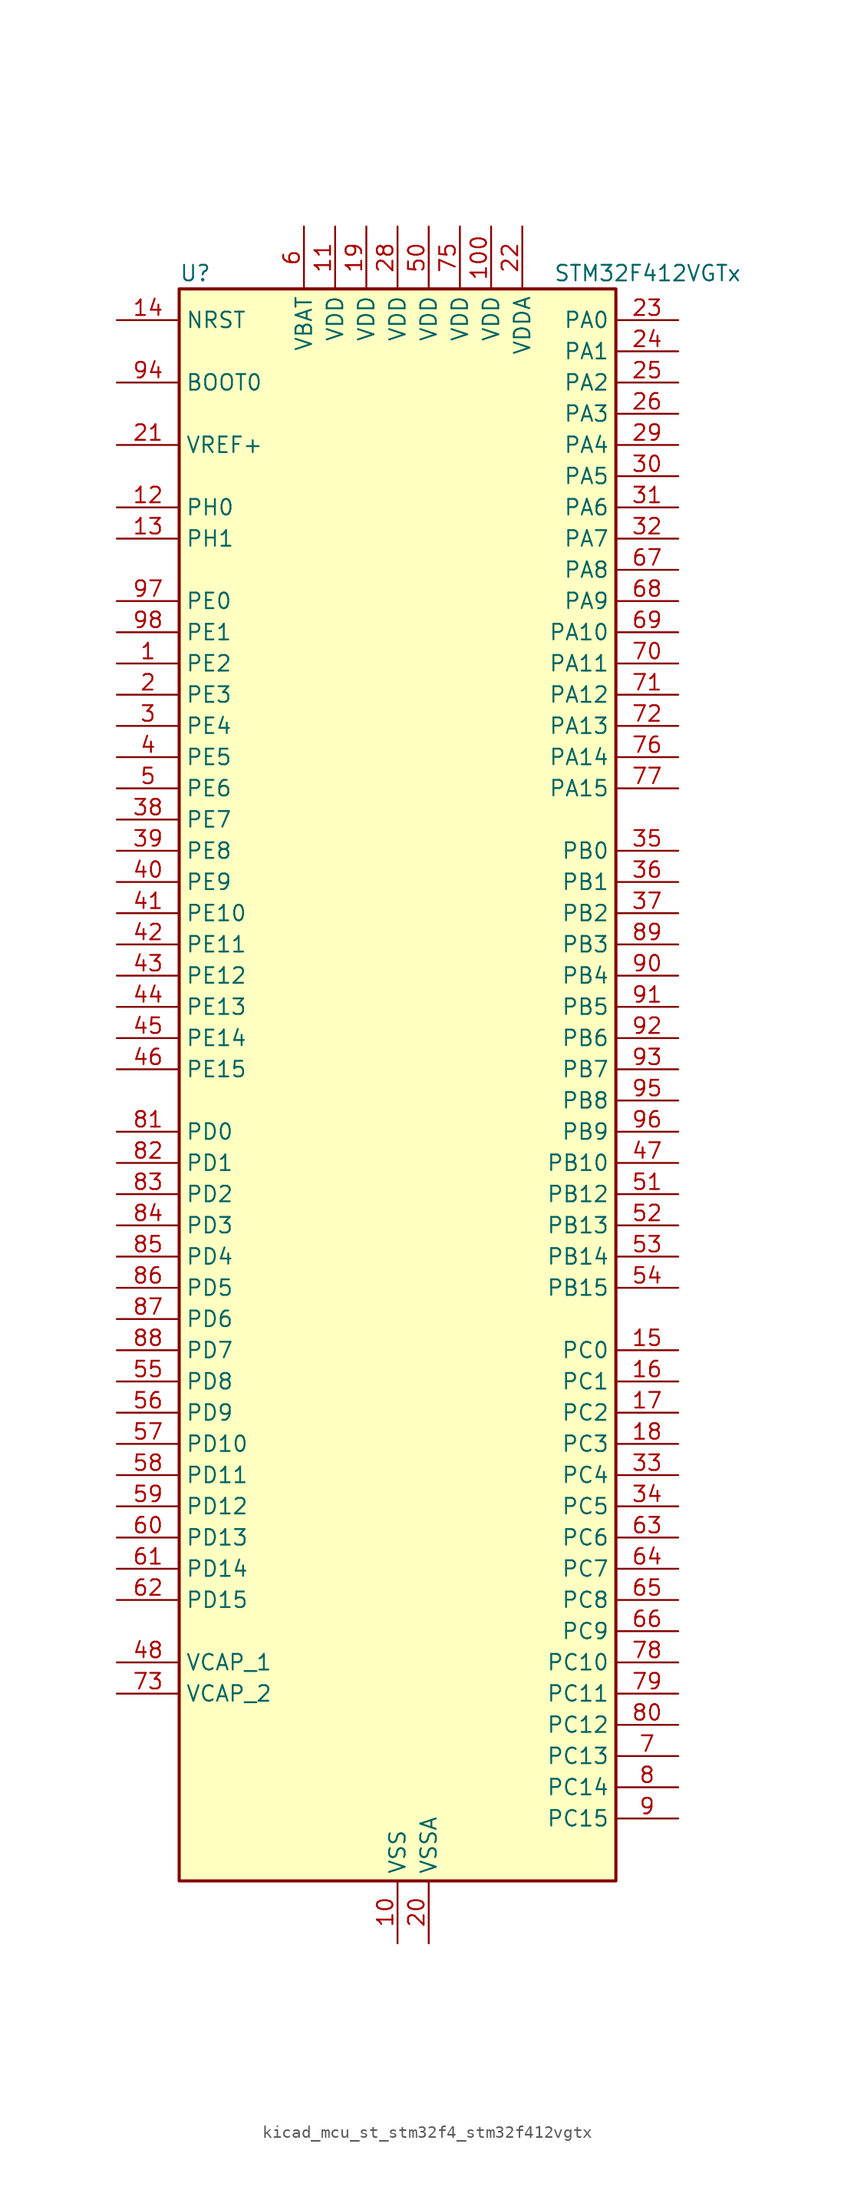
<source format=kicad_sym>
(kicad_symbol_lib
  (version 20220914)
  (generator kicad_symbol_editor)
  (symbol "kicad_mcu_st_stm32f4_stm32f412vgtx"
    (property "Reference" "U"
      (at -17.78 67.31 0)
      (effects (font (size 1.27 1.27)) (justify left)))
    (property "Value" "STM32F412VGTx"
      (at 12.7 67.31 0)
      (effects (font (size 1.27 1.27)) (justify left)))
    (property "ki_locked" ""
      (at 0 0 0)
      (effects (font (size 1.27 1.27))))
    (symbol "kicad_mcu_st_stm32f4_stm32f412vgtx_0_1"
      (rectangle (start -17.78 -63.5) (end 17.78 66.04) (stroke (width 0.254) (type default)) (fill (type background))))
    (symbol "kicad_mcu_st_stm32f4_stm32f412vgtx_1_1"
      (pin bidirectional line (at -22.86 35.56 0) (length 5.08) (name "PE2" (effects (font (size 1.27 1.27)))) (number "1" (effects (font (size 1.27 1.27)))) (alternate "FSMC_A23" bidirectional line) (alternate "I2S4_CK" bidirectional line) (alternate "I2S5_CK" bidirectional line) (alternate "QUADSPI_BK1_IO2" bidirectional line) (alternate "SPI4_SCK" bidirectional line) (alternate "SPI5_SCK" bidirectional line) (alternate "SYS_TRACECLK" bidirectional line))
      (pin power_in line (at 0 -68.58 90) (length 5.08) (name "VSS" (effects (font (size 1.27 1.27)))) (number "10" (effects (font (size 1.27 1.27)))))
      (pin power_in line (at 7.62 71.12 270) (length 5.08) (name "VDD" (effects (font (size 1.27 1.27)))) (number "100" (effects (font (size 1.27 1.27)))))
      (pin power_in line (at -5.08 71.12 270) (length 5.08) (name "VDD" (effects (font (size 1.27 1.27)))) (number "11" (effects (font (size 1.27 1.27)))))
      (pin bidirectional line (at -22.86 48.26 0) (length 5.08) (name "PH0" (effects (font (size 1.27 1.27)))) (number "12" (effects (font (size 1.27 1.27)))) (alternate "RCC_OSC_IN" bidirectional line))
      (pin bidirectional line (at -22.86 45.72 0) (length 5.08) (name "PH1" (effects (font (size 1.27 1.27)))) (number "13" (effects (font (size 1.27 1.27)))) (alternate "RCC_OSC_OUT" bidirectional line))
      (pin input line (at -22.86 63.5 0) (length 5.08) (name "NRST" (effects (font (size 1.27 1.27)))) (number "14" (effects (font (size 1.27 1.27)))))
      (pin bidirectional line (at 22.86 -20.32 180) (length 5.08) (name "PC0" (effects (font (size 1.27 1.27)))) (number "15" (effects (font (size 1.27 1.27)))) (alternate "ADC1_IN10" bidirectional line) (alternate "SYS_WKUP2" bidirectional line))
      (pin bidirectional line (at 22.86 -22.86 180) (length 5.08) (name "PC1" (effects (font (size 1.27 1.27)))) (number "16" (effects (font (size 1.27 1.27)))) (alternate "ADC1_IN11" bidirectional line) (alternate "SYS_WKUP3" bidirectional line))
      (pin bidirectional line (at 22.86 -25.4 180) (length 5.08) (name "PC2" (effects (font (size 1.27 1.27)))) (number "17" (effects (font (size 1.27 1.27)))) (alternate "ADC1_IN12" bidirectional line) (alternate "DFSDM1_CKOUT" bidirectional line) (alternate "FSMC_NWE" bidirectional line) (alternate "I2S2_ext_SD" bidirectional line) (alternate "SPI2_MISO" bidirectional line))
      (pin bidirectional line (at 22.86 -27.94 180) (length 5.08) (name "PC3" (effects (font (size 1.27 1.27)))) (number "18" (effects (font (size 1.27 1.27)))) (alternate "ADC1_IN13" bidirectional line) (alternate "FSMC_A0" bidirectional line) (alternate "I2S2_SD" bidirectional line) (alternate "SPI2_MOSI" bidirectional line))
      (pin power_in line (at -2.54 71.12 270) (length 5.08) (name "VDD" (effects (font (size 1.27 1.27)))) (number "19" (effects (font (size 1.27 1.27)))))
      (pin bidirectional line (at -22.86 33.02 0) (length 5.08) (name "PE3" (effects (font (size 1.27 1.27)))) (number "2" (effects (font (size 1.27 1.27)))) (alternate "FSMC_A19" bidirectional line) (alternate "SYS_TRACED0" bidirectional line))
      (pin power_in line (at 2.54 -68.58 90) (length 5.08) (name "VSSA" (effects (font (size 1.27 1.27)))) (number "20" (effects (font (size 1.27 1.27)))))
      (pin input line (at -22.86 53.34 0) (length 5.08) (name "VREF+" (effects (font (size 1.27 1.27)))) (number "21" (effects (font (size 1.27 1.27)))))
      (pin power_in line (at 10.16 71.12 270) (length 5.08) (name "VDDA" (effects (font (size 1.27 1.27)))) (number "22" (effects (font (size 1.27 1.27)))))
      (pin bidirectional line (at 22.86 63.5 180) (length 5.08) (name "PA0" (effects (font (size 1.27 1.27)))) (number "23" (effects (font (size 1.27 1.27)))) (alternate "ADC1_IN0" bidirectional line) (alternate "SYS_WKUP1" bidirectional line) (alternate "TIM2_CH1" bidirectional line) (alternate "TIM2_ETR" bidirectional line) (alternate "TIM5_CH1" bidirectional line) (alternate "TIM8_ETR" bidirectional line) (alternate "USART2_CTS" bidirectional line))
      (pin bidirectional line (at 22.86 60.96 180) (length 5.08) (name "PA1" (effects (font (size 1.27 1.27)))) (number "24" (effects (font (size 1.27 1.27)))) (alternate "ADC1_IN1" bidirectional line) (alternate "I2S4_SD" bidirectional line) (alternate "QUADSPI_BK1_IO3" bidirectional line) (alternate "SPI4_MOSI" bidirectional line) (alternate "TIM2_CH2" bidirectional line) (alternate "TIM5_CH2" bidirectional line) (alternate "USART2_RTS" bidirectional line))
      (pin bidirectional line (at 22.86 58.42 180) (length 5.08) (name "PA2" (effects (font (size 1.27 1.27)))) (number "25" (effects (font (size 1.27 1.27)))) (alternate "ADC1_IN2" bidirectional line) (alternate "FSMC_D4" bidirectional line) (alternate "FSMC_DA4" bidirectional line) (alternate "I2S_CKIN" bidirectional line) (alternate "TIM2_CH3" bidirectional line) (alternate "TIM5_CH3" bidirectional line) (alternate "TIM9_CH1" bidirectional line) (alternate "USART2_TX" bidirectional line))
      (pin bidirectional line (at 22.86 55.88 180) (length 5.08) (name "PA3" (effects (font (size 1.27 1.27)))) (number "26" (effects (font (size 1.27 1.27)))) (alternate "ADC1_IN3" bidirectional line) (alternate "FSMC_D5" bidirectional line) (alternate "FSMC_DA5" bidirectional line) (alternate "I2S2_MCK" bidirectional line) (alternate "TIM2_CH4" bidirectional line) (alternate "TIM5_CH4" bidirectional line) (alternate "TIM9_CH2" bidirectional line) (alternate "USART2_RX" bidirectional line))
      (pin passive line (at 0 -68.58 90) (length 5.08) hide (name "VSS" (effects (font (size 1.27 1.27)))) (number "27" (effects (font (size 1.27 1.27)))))
      (pin power_in line (at 0 71.12 270) (length 5.08) (name "VDD" (effects (font (size 1.27 1.27)))) (number "28" (effects (font (size 1.27 1.27)))))
      (pin bidirectional line (at 22.86 53.34 180) (length 5.08) (name "PA4" (effects (font (size 1.27 1.27)))) (number "29" (effects (font (size 1.27 1.27)))) (alternate "ADC1_IN4" bidirectional line) (alternate "DFSDM1_DATIN1" bidirectional line) (alternate "FSMC_D6" bidirectional line) (alternate "FSMC_DA6" bidirectional line) (alternate "I2S1_WS" bidirectional line) (alternate "I2S3_WS" bidirectional line) (alternate "SPI1_NSS" bidirectional line) (alternate "SPI3_NSS" bidirectional line) (alternate "USART2_CK" bidirectional line))
      (pin bidirectional line (at -22.86 30.48 0) (length 5.08) (name "PE4" (effects (font (size 1.27 1.27)))) (number "3" (effects (font (size 1.27 1.27)))) (alternate "DFSDM1_DATIN3" bidirectional line) (alternate "FSMC_A20" bidirectional line) (alternate "I2S4_WS" bidirectional line) (alternate "I2S5_WS" bidirectional line) (alternate "SPI4_NSS" bidirectional line) (alternate "SPI5_NSS" bidirectional line) (alternate "SYS_TRACED1" bidirectional line))
      (pin bidirectional line (at 22.86 50.8 180) (length 5.08) (name "PA5" (effects (font (size 1.27 1.27)))) (number "30" (effects (font (size 1.27 1.27)))) (alternate "ADC1_IN5" bidirectional line) (alternate "DFSDM1_CKIN1" bidirectional line) (alternate "FSMC_D7" bidirectional line) (alternate "FSMC_DA7" bidirectional line) (alternate "I2S1_CK" bidirectional line) (alternate "SPI1_SCK" bidirectional line) (alternate "TIM2_CH1" bidirectional line) (alternate "TIM2_ETR" bidirectional line) (alternate "TIM8_CH1N" bidirectional line))
      (pin bidirectional line (at 22.86 48.26 180) (length 5.08) (name "PA6" (effects (font (size 1.27 1.27)))) (number "31" (effects (font (size 1.27 1.27)))) (alternate "ADC1_IN6" bidirectional line) (alternate "I2S2_MCK" bidirectional line) (alternate "QUADSPI_BK2_IO0" bidirectional line) (alternate "SDIO_CMD" bidirectional line) (alternate "SPI1_MISO" bidirectional line) (alternate "TIM13_CH1" bidirectional line) (alternate "TIM1_BKIN" bidirectional line) (alternate "TIM3_CH1" bidirectional line) (alternate "TIM8_BKIN" bidirectional line))
      (pin bidirectional line (at 22.86 45.72 180) (length 5.08) (name "PA7" (effects (font (size 1.27 1.27)))) (number "32" (effects (font (size 1.27 1.27)))) (alternate "ADC1_IN7" bidirectional line) (alternate "I2S1_SD" bidirectional line) (alternate "QUADSPI_BK2_IO1" bidirectional line) (alternate "SPI1_MOSI" bidirectional line) (alternate "TIM14_CH1" bidirectional line) (alternate "TIM1_CH1N" bidirectional line) (alternate "TIM3_CH2" bidirectional line) (alternate "TIM8_CH1N" bidirectional line))
      (pin bidirectional line (at 22.86 -30.48 180) (length 5.08) (name "PC4" (effects (font (size 1.27 1.27)))) (number "33" (effects (font (size 1.27 1.27)))) (alternate "ADC1_IN14" bidirectional line) (alternate "FSMC_NE4" bidirectional line) (alternate "I2S1_MCK" bidirectional line) (alternate "QUADSPI_BK2_IO2" bidirectional line))
      (pin bidirectional line (at 22.86 -33.02 180) (length 5.08) (name "PC5" (effects (font (size 1.27 1.27)))) (number "34" (effects (font (size 1.27 1.27)))) (alternate "ADC1_IN15" bidirectional line) (alternate "FMPI2C1_SMBA" bidirectional line) (alternate "FSMC_NOE" bidirectional line) (alternate "QUADSPI_BK2_IO3" bidirectional line) (alternate "USART3_RX" bidirectional line))
      (pin bidirectional line (at 22.86 20.32 180) (length 5.08) (name "PB0" (effects (font (size 1.27 1.27)))) (number "35" (effects (font (size 1.27 1.27)))) (alternate "ADC1_IN8" bidirectional line) (alternate "I2S5_CK" bidirectional line) (alternate "SPI5_SCK" bidirectional line) (alternate "TIM1_CH2N" bidirectional line) (alternate "TIM3_CH3" bidirectional line) (alternate "TIM8_CH2N" bidirectional line))
      (pin bidirectional line (at 22.86 17.78 180) (length 5.08) (name "PB1" (effects (font (size 1.27 1.27)))) (number "36" (effects (font (size 1.27 1.27)))) (alternate "ADC1_IN9" bidirectional line) (alternate "DFSDM1_DATIN0" bidirectional line) (alternate "I2S5_WS" bidirectional line) (alternate "QUADSPI_CLK" bidirectional line) (alternate "SPI5_NSS" bidirectional line) (alternate "TIM1_CH3N" bidirectional line) (alternate "TIM3_CH4" bidirectional line) (alternate "TIM8_CH3N" bidirectional line))
      (pin bidirectional line (at 22.86 15.24 180) (length 5.08) (name "PB2" (effects (font (size 1.27 1.27)))) (number "37" (effects (font (size 1.27 1.27)))) (alternate "DFSDM1_CKIN0" bidirectional line) (alternate "QUADSPI_CLK" bidirectional line))
      (pin bidirectional line (at -22.86 22.86 0) (length 5.08) (name "PE7" (effects (font (size 1.27 1.27)))) (number "38" (effects (font (size 1.27 1.27)))) (alternate "DFSDM1_DATIN2" bidirectional line) (alternate "FSMC_D4" bidirectional line) (alternate "FSMC_DA4" bidirectional line) (alternate "QUADSPI_BK2_IO0" bidirectional line) (alternate "TIM1_ETR" bidirectional line))
      (pin bidirectional line (at -22.86 20.32 0) (length 5.08) (name "PE8" (effects (font (size 1.27 1.27)))) (number "39" (effects (font (size 1.27 1.27)))) (alternate "DFSDM1_CKIN2" bidirectional line) (alternate "FSMC_D5" bidirectional line) (alternate "FSMC_DA5" bidirectional line) (alternate "QUADSPI_BK2_IO1" bidirectional line) (alternate "TIM1_CH1N" bidirectional line))
      (pin bidirectional line (at -22.86 27.94 0) (length 5.08) (name "PE5" (effects (font (size 1.27 1.27)))) (number "4" (effects (font (size 1.27 1.27)))) (alternate "DFSDM1_CKIN3" bidirectional line) (alternate "FSMC_A21" bidirectional line) (alternate "SPI4_MISO" bidirectional line) (alternate "SPI5_MISO" bidirectional line) (alternate "SYS_TRACED2" bidirectional line) (alternate "TIM9_CH1" bidirectional line))
      (pin bidirectional line (at -22.86 17.78 0) (length 5.08) (name "PE9" (effects (font (size 1.27 1.27)))) (number "40" (effects (font (size 1.27 1.27)))) (alternate "DFSDM1_CKOUT" bidirectional line) (alternate "FSMC_D6" bidirectional line) (alternate "FSMC_DA6" bidirectional line) (alternate "QUADSPI_BK2_IO2" bidirectional line) (alternate "TIM1_CH1" bidirectional line))
      (pin bidirectional line (at -22.86 15.24 0) (length 5.08) (name "PE10" (effects (font (size 1.27 1.27)))) (number "41" (effects (font (size 1.27 1.27)))) (alternate "FSMC_D7" bidirectional line) (alternate "FSMC_DA7" bidirectional line) (alternate "QUADSPI_BK2_IO3" bidirectional line) (alternate "TIM1_CH2N" bidirectional line))
      (pin bidirectional line (at -22.86 12.7 0) (length 5.08) (name "PE11" (effects (font (size 1.27 1.27)))) (number "42" (effects (font (size 1.27 1.27)))) (alternate "ADC1_EXTI11" bidirectional line) (alternate "FSMC_D8" bidirectional line) (alternate "FSMC_DA8" bidirectional line) (alternate "I2S4_WS" bidirectional line) (alternate "I2S5_WS" bidirectional line) (alternate "SPI4_NSS" bidirectional line) (alternate "SPI5_NSS" bidirectional line) (alternate "TIM1_CH2" bidirectional line))
      (pin bidirectional line (at -22.86 10.16 0) (length 5.08) (name "PE12" (effects (font (size 1.27 1.27)))) (number "43" (effects (font (size 1.27 1.27)))) (alternate "FSMC_D9" bidirectional line) (alternate "FSMC_DA9" bidirectional line) (alternate "I2S4_CK" bidirectional line) (alternate "I2S5_CK" bidirectional line) (alternate "SPI4_SCK" bidirectional line) (alternate "SPI5_SCK" bidirectional line) (alternate "TIM1_CH3N" bidirectional line))
      (pin bidirectional line (at -22.86 7.62 0) (length 5.08) (name "PE13" (effects (font (size 1.27 1.27)))) (number "44" (effects (font (size 1.27 1.27)))) (alternate "FSMC_D10" bidirectional line) (alternate "FSMC_DA10" bidirectional line) (alternate "SPI4_MISO" bidirectional line) (alternate "SPI5_MISO" bidirectional line) (alternate "TIM1_CH3" bidirectional line))
      (pin bidirectional line (at -22.86 5.08 0) (length 5.08) (name "PE14" (effects (font (size 1.27 1.27)))) (number "45" (effects (font (size 1.27 1.27)))) (alternate "FSMC_D11" bidirectional line) (alternate "FSMC_DA11" bidirectional line) (alternate "I2S4_SD" bidirectional line) (alternate "I2S5_SD" bidirectional line) (alternate "SPI4_MOSI" bidirectional line) (alternate "SPI5_MOSI" bidirectional line) (alternate "TIM1_CH4" bidirectional line))
      (pin bidirectional line (at -22.86 2.54 0) (length 5.08) (name "PE15" (effects (font (size 1.27 1.27)))) (number "46" (effects (font (size 1.27 1.27)))) (alternate "ADC1_EXTI15" bidirectional line) (alternate "FSMC_D12" bidirectional line) (alternate "FSMC_DA12" bidirectional line) (alternate "TIM1_BKIN" bidirectional line))
      (pin bidirectional line (at 22.86 -5.08 180) (length 5.08) (name "PB10" (effects (font (size 1.27 1.27)))) (number "47" (effects (font (size 1.27 1.27)))) (alternate "FMPI2C1_SCL" bidirectional line) (alternate "I2C2_SCL" bidirectional line) (alternate "I2S2_CK" bidirectional line) (alternate "I2S3_MCK" bidirectional line) (alternate "SDIO_D7" bidirectional line) (alternate "SPI2_SCK" bidirectional line) (alternate "TIM2_CH3" bidirectional line) (alternate "USART3_TX" bidirectional line))
      (pin power_out line (at -22.86 -45.72 0) (length 5.08) (name "VCAP_1" (effects (font (size 1.27 1.27)))) (number "48" (effects (font (size 1.27 1.27)))))
      (pin passive line (at 0 -68.58 90) (length 5.08) hide (name "VSS" (effects (font (size 1.27 1.27)))) (number "49" (effects (font (size 1.27 1.27)))))
      (pin bidirectional line (at -22.86 25.4 0) (length 5.08) (name "PE6" (effects (font (size 1.27 1.27)))) (number "5" (effects (font (size 1.27 1.27)))) (alternate "FSMC_A22" bidirectional line) (alternate "I2S4_SD" bidirectional line) (alternate "I2S5_SD" bidirectional line) (alternate "SPI4_MOSI" bidirectional line) (alternate "SPI5_MOSI" bidirectional line) (alternate "SYS_TRACED3" bidirectional line) (alternate "TIM9_CH2" bidirectional line))
      (pin power_in line (at 2.54 71.12 270) (length 5.08) (name "VDD" (effects (font (size 1.27 1.27)))) (number "50" (effects (font (size 1.27 1.27)))))
      (pin bidirectional line (at 22.86 -7.62 180) (length 5.08) (name "PB12" (effects (font (size 1.27 1.27)))) (number "51" (effects (font (size 1.27 1.27)))) (alternate "CAN2_RX" bidirectional line) (alternate "DFSDM1_DATIN1" bidirectional line) (alternate "FSMC_D13" bidirectional line) (alternate "FSMC_DA13" bidirectional line) (alternate "I2C2_SMBA" bidirectional line) (alternate "I2S2_WS" bidirectional line) (alternate "I2S3_CK" bidirectional line) (alternate "I2S4_WS" bidirectional line) (alternate "SPI2_NSS" bidirectional line) (alternate "SPI3_SCK" bidirectional line) (alternate "SPI4_NSS" bidirectional line) (alternate "TIM1_BKIN" bidirectional line) (alternate "USART3_CK" bidirectional line))
      (pin bidirectional line (at 22.86 -10.16 180) (length 5.08) (name "PB13" (effects (font (size 1.27 1.27)))) (number "52" (effects (font (size 1.27 1.27)))) (alternate "CAN2_TX" bidirectional line) (alternate "DFSDM1_CKIN1" bidirectional line) (alternate "FMPI2C1_SMBA" bidirectional line) (alternate "I2S2_CK" bidirectional line) (alternate "I2S4_CK" bidirectional line) (alternate "SPI2_SCK" bidirectional line) (alternate "SPI4_SCK" bidirectional line) (alternate "TIM1_CH1N" bidirectional line) (alternate "USART3_CTS" bidirectional line))
      (pin bidirectional line (at 22.86 -12.7 180) (length 5.08) (name "PB14" (effects (font (size 1.27 1.27)))) (number "53" (effects (font (size 1.27 1.27)))) (alternate "DFSDM1_DATIN2" bidirectional line) (alternate "FMPI2C1_SDA" bidirectional line) (alternate "FSMC_D0" bidirectional line) (alternate "FSMC_DA0" bidirectional line) (alternate "I2S2_ext_SD" bidirectional line) (alternate "SDIO_D6" bidirectional line) (alternate "SPI2_MISO" bidirectional line) (alternate "TIM12_CH1" bidirectional line) (alternate "TIM1_CH2N" bidirectional line) (alternate "TIM8_CH2N" bidirectional line) (alternate "USART3_RTS" bidirectional line))
      (pin bidirectional line (at 22.86 -15.24 180) (length 5.08) (name "PB15" (effects (font (size 1.27 1.27)))) (number "54" (effects (font (size 1.27 1.27)))) (alternate "ADC1_EXTI15" bidirectional line) (alternate "DFSDM1_CKIN2" bidirectional line) (alternate "FMPI2C1_SCL" bidirectional line) (alternate "I2S2_SD" bidirectional line) (alternate "RTC_REFIN" bidirectional line) (alternate "SDIO_CK" bidirectional line) (alternate "SPI2_MOSI" bidirectional line) (alternate "TIM12_CH2" bidirectional line) (alternate "TIM1_CH3N" bidirectional line) (alternate "TIM8_CH3N" bidirectional line))
      (pin bidirectional line (at -22.86 -22.86 0) (length 5.08) (name "PD8" (effects (font (size 1.27 1.27)))) (number "55" (effects (font (size 1.27 1.27)))) (alternate "FSMC_D13" bidirectional line) (alternate "FSMC_DA13" bidirectional line) (alternate "USART3_TX" bidirectional line))
      (pin bidirectional line (at -22.86 -25.4 0) (length 5.08) (name "PD9" (effects (font (size 1.27 1.27)))) (number "56" (effects (font (size 1.27 1.27)))) (alternate "FSMC_D14" bidirectional line) (alternate "FSMC_DA14" bidirectional line) (alternate "USART3_RX" bidirectional line))
      (pin bidirectional line (at -22.86 -27.94 0) (length 5.08) (name "PD10" (effects (font (size 1.27 1.27)))) (number "57" (effects (font (size 1.27 1.27)))) (alternate "FSMC_D15" bidirectional line) (alternate "FSMC_DA15" bidirectional line) (alternate "USART3_CK" bidirectional line))
      (pin bidirectional line (at -22.86 -30.48 0) (length 5.08) (name "PD11" (effects (font (size 1.27 1.27)))) (number "58" (effects (font (size 1.27 1.27)))) (alternate "ADC1_EXTI11" bidirectional line) (alternate "FMPI2C1_SMBA" bidirectional line) (alternate "FSMC_A16" bidirectional line) (alternate "QUADSPI_BK1_IO0" bidirectional line) (alternate "USART3_CTS" bidirectional line))
      (pin bidirectional line (at -22.86 -33.02 0) (length 5.08) (name "PD12" (effects (font (size 1.27 1.27)))) (number "59" (effects (font (size 1.27 1.27)))) (alternate "FMPI2C1_SCL" bidirectional line) (alternate "FSMC_A17" bidirectional line) (alternate "QUADSPI_BK1_IO1" bidirectional line) (alternate "TIM4_CH1" bidirectional line) (alternate "USART3_RTS" bidirectional line))
      (pin power_in line (at -7.62 71.12 270) (length 5.08) (name "VBAT" (effects (font (size 1.27 1.27)))) (number "6" (effects (font (size 1.27 1.27)))))
      (pin bidirectional line (at -22.86 -35.56 0) (length 5.08) (name "PD13" (effects (font (size 1.27 1.27)))) (number "60" (effects (font (size 1.27 1.27)))) (alternate "FMPI2C1_SDA" bidirectional line) (alternate "FSMC_A18" bidirectional line) (alternate "QUADSPI_BK1_IO3" bidirectional line) (alternate "TIM4_CH2" bidirectional line))
      (pin bidirectional line (at -22.86 -38.1 0) (length 5.08) (name "PD14" (effects (font (size 1.27 1.27)))) (number "61" (effects (font (size 1.27 1.27)))) (alternate "FMPI2C1_SCL" bidirectional line) (alternate "FSMC_D0" bidirectional line) (alternate "FSMC_DA0" bidirectional line) (alternate "TIM4_CH3" bidirectional line))
      (pin bidirectional line (at -22.86 -40.64 0) (length 5.08) (name "PD15" (effects (font (size 1.27 1.27)))) (number "62" (effects (font (size 1.27 1.27)))) (alternate "ADC1_EXTI15" bidirectional line) (alternate "FMPI2C1_SDA" bidirectional line) (alternate "FSMC_D1" bidirectional line) (alternate "FSMC_DA1" bidirectional line) (alternate "TIM4_CH4" bidirectional line))
      (pin bidirectional line (at 22.86 -35.56 180) (length 5.08) (name "PC6" (effects (font (size 1.27 1.27)))) (number "63" (effects (font (size 1.27 1.27)))) (alternate "DFSDM1_CKIN3" bidirectional line) (alternate "FMPI2C1_SCL" bidirectional line) (alternate "FSMC_D1" bidirectional line) (alternate "FSMC_DA1" bidirectional line) (alternate "I2S2_MCK" bidirectional line) (alternate "SDIO_D6" bidirectional line) (alternate "TIM3_CH1" bidirectional line) (alternate "TIM8_CH1" bidirectional line) (alternate "USART6_TX" bidirectional line))
      (pin bidirectional line (at 22.86 -38.1 180) (length 5.08) (name "PC7" (effects (font (size 1.27 1.27)))) (number "64" (effects (font (size 1.27 1.27)))) (alternate "DFSDM1_DATIN3" bidirectional line) (alternate "FMPI2C1_SDA" bidirectional line) (alternate "I2S2_CK" bidirectional line) (alternate "I2S3_MCK" bidirectional line) (alternate "SDIO_D7" bidirectional line) (alternate "SPI2_SCK" bidirectional line) (alternate "TIM3_CH2" bidirectional line) (alternate "TIM8_CH2" bidirectional line) (alternate "USART6_RX" bidirectional line))
      (pin bidirectional line (at 22.86 -40.64 180) (length 5.08) (name "PC8" (effects (font (size 1.27 1.27)))) (number "65" (effects (font (size 1.27 1.27)))) (alternate "QUADSPI_BK1_IO2" bidirectional line) (alternate "SDIO_D0" bidirectional line) (alternate "TIM3_CH3" bidirectional line) (alternate "TIM8_CH3" bidirectional line) (alternate "USART6_CK" bidirectional line))
      (pin bidirectional line (at 22.86 -43.18 180) (length 5.08) (name "PC9" (effects (font (size 1.27 1.27)))) (number "66" (effects (font (size 1.27 1.27)))) (alternate "I2C3_SDA" bidirectional line) (alternate "I2S_CKIN" bidirectional line) (alternate "QUADSPI_BK1_IO0" bidirectional line) (alternate "RCC_MCO_2" bidirectional line) (alternate "SDIO_D1" bidirectional line) (alternate "TIM3_CH4" bidirectional line) (alternate "TIM8_CH4" bidirectional line))
      (pin bidirectional line (at 22.86 43.18 180) (length 5.08) (name "PA8" (effects (font (size 1.27 1.27)))) (number "67" (effects (font (size 1.27 1.27)))) (alternate "I2C3_SCL" bidirectional line) (alternate "RCC_MCO_1" bidirectional line) (alternate "SDIO_D1" bidirectional line) (alternate "TIM1_CH1" bidirectional line) (alternate "USART1_CK" bidirectional line) (alternate "USB_OTG_FS_SOF" bidirectional line))
      (pin bidirectional line (at 22.86 40.64 180) (length 5.08) (name "PA9" (effects (font (size 1.27 1.27)))) (number "68" (effects (font (size 1.27 1.27)))) (alternate "I2C3_SMBA" bidirectional line) (alternate "SDIO_D2" bidirectional line) (alternate "TIM1_CH2" bidirectional line) (alternate "USART1_TX" bidirectional line) (alternate "USB_OTG_FS_VBUS" bidirectional line))
      (pin bidirectional line (at 22.86 38.1 180) (length 5.08) (name "PA10" (effects (font (size 1.27 1.27)))) (number "69" (effects (font (size 1.27 1.27)))) (alternate "I2S5_SD" bidirectional line) (alternate "SPI5_MOSI" bidirectional line) (alternate "TIM1_CH3" bidirectional line) (alternate "USART1_RX" bidirectional line) (alternate "USB_OTG_FS_ID" bidirectional line))
      (pin bidirectional line (at 22.86 -53.34 180) (length 5.08) (name "PC13" (effects (font (size 1.27 1.27)))) (number "7" (effects (font (size 1.27 1.27)))) (alternate "RTC_AF1" bidirectional line))
      (pin bidirectional line (at 22.86 35.56 180) (length 5.08) (name "PA11" (effects (font (size 1.27 1.27)))) (number "70" (effects (font (size 1.27 1.27)))) (alternate "ADC1_EXTI11" bidirectional line) (alternate "CAN1_RX" bidirectional line) (alternate "SPI4_MISO" bidirectional line) (alternate "TIM1_CH4" bidirectional line) (alternate "USART1_CTS" bidirectional line) (alternate "USART6_TX" bidirectional line) (alternate "USB_OTG_FS_DM" bidirectional line))
      (pin bidirectional line (at 22.86 33.02 180) (length 5.08) (name "PA12" (effects (font (size 1.27 1.27)))) (number "71" (effects (font (size 1.27 1.27)))) (alternate "CAN1_TX" bidirectional line) (alternate "SPI5_MISO" bidirectional line) (alternate "TIM1_ETR" bidirectional line) (alternate "USART1_RTS" bidirectional line) (alternate "USART6_RX" bidirectional line) (alternate "USB_OTG_FS_DP" bidirectional line))
      (pin bidirectional line (at 22.86 30.48 180) (length 5.08) (name "PA13" (effects (font (size 1.27 1.27)))) (number "72" (effects (font (size 1.27 1.27)))) (alternate "SYS_JTMS-SWDIO" bidirectional line))
      (pin power_out line (at -22.86 -48.26 0) (length 5.08) (name "VCAP_2" (effects (font (size 1.27 1.27)))) (number "73" (effects (font (size 1.27 1.27)))))
      (pin passive line (at 0 -68.58 90) (length 5.08) hide (name "VSS" (effects (font (size 1.27 1.27)))) (number "74" (effects (font (size 1.27 1.27)))))
      (pin power_in line (at 5.08 71.12 270) (length 5.08) (name "VDD" (effects (font (size 1.27 1.27)))) (number "75" (effects (font (size 1.27 1.27)))))
      (pin bidirectional line (at 22.86 27.94 180) (length 5.08) (name "PA14" (effects (font (size 1.27 1.27)))) (number "76" (effects (font (size 1.27 1.27)))) (alternate "SYS_JTCK-SWCLK" bidirectional line))
      (pin bidirectional line (at 22.86 25.4 180) (length 5.08) (name "PA15" (effects (font (size 1.27 1.27)))) (number "77" (effects (font (size 1.27 1.27)))) (alternate "ADC1_EXTI15" bidirectional line) (alternate "I2S1_WS" bidirectional line) (alternate "I2S3_WS" bidirectional line) (alternate "SPI1_NSS" bidirectional line) (alternate "SPI3_NSS" bidirectional line) (alternate "SYS_JTDI" bidirectional line) (alternate "TIM2_CH1" bidirectional line) (alternate "TIM2_ETR" bidirectional line) (alternate "USART1_TX" bidirectional line))
      (pin bidirectional line (at 22.86 -45.72 180) (length 5.08) (name "PC10" (effects (font (size 1.27 1.27)))) (number "78" (effects (font (size 1.27 1.27)))) (alternate "I2S3_CK" bidirectional line) (alternate "QUADSPI_BK1_IO1" bidirectional line) (alternate "SDIO_D2" bidirectional line) (alternate "SPI3_SCK" bidirectional line) (alternate "USART3_TX" bidirectional line))
      (pin bidirectional line (at 22.86 -48.26 180) (length 5.08) (name "PC11" (effects (font (size 1.27 1.27)))) (number "79" (effects (font (size 1.27 1.27)))) (alternate "ADC1_EXTI11" bidirectional line) (alternate "FSMC_D2" bidirectional line) (alternate "FSMC_DA2" bidirectional line) (alternate "I2S3_ext_SD" bidirectional line) (alternate "QUADSPI_BK2_NCS" bidirectional line) (alternate "SDIO_D3" bidirectional line) (alternate "SPI3_MISO" bidirectional line) (alternate "USART3_RX" bidirectional line))
      (pin bidirectional line (at 22.86 -55.88 180) (length 5.08) (name "PC14" (effects (font (size 1.27 1.27)))) (number "8" (effects (font (size 1.27 1.27)))) (alternate "RCC_OSC32_IN" bidirectional line))
      (pin bidirectional line (at 22.86 -50.8 180) (length 5.08) (name "PC12" (effects (font (size 1.27 1.27)))) (number "80" (effects (font (size 1.27 1.27)))) (alternate "FSMC_D3" bidirectional line) (alternate "FSMC_DA3" bidirectional line) (alternate "I2S3_SD" bidirectional line) (alternate "SDIO_CK" bidirectional line) (alternate "SPI3_MOSI" bidirectional line) (alternate "USART3_CK" bidirectional line))
      (pin bidirectional line (at -22.86 -2.54 0) (length 5.08) (name "PD0" (effects (font (size 1.27 1.27)))) (number "81" (effects (font (size 1.27 1.27)))) (alternate "CAN1_RX" bidirectional line) (alternate "FSMC_D2" bidirectional line) (alternate "FSMC_DA2" bidirectional line))
      (pin bidirectional line (at -22.86 -5.08 0) (length 5.08) (name "PD1" (effects (font (size 1.27 1.27)))) (number "82" (effects (font (size 1.27 1.27)))) (alternate "CAN1_TX" bidirectional line) (alternate "FSMC_D3" bidirectional line) (alternate "FSMC_DA3" bidirectional line))
      (pin bidirectional line (at -22.86 -7.62 0) (length 5.08) (name "PD2" (effects (font (size 1.27 1.27)))) (number "83" (effects (font (size 1.27 1.27)))) (alternate "FSMC_NWE" bidirectional line) (alternate "SDIO_CMD" bidirectional line) (alternate "TIM3_ETR" bidirectional line))
      (pin bidirectional line (at -22.86 -10.16 0) (length 5.08) (name "PD3" (effects (font (size 1.27 1.27)))) (number "84" (effects (font (size 1.27 1.27)))) (alternate "DFSDM1_DATIN0" bidirectional line) (alternate "FSMC_CLK" bidirectional line) (alternate "I2S2_CK" bidirectional line) (alternate "QUADSPI_CLK" bidirectional line) (alternate "SPI2_SCK" bidirectional line) (alternate "SYS_TRACED1" bidirectional line) (alternate "USART2_CTS" bidirectional line))
      (pin bidirectional line (at -22.86 -12.7 0) (length 5.08) (name "PD4" (effects (font (size 1.27 1.27)))) (number "85" (effects (font (size 1.27 1.27)))) (alternate "DFSDM1_CKIN0" bidirectional line) (alternate "FSMC_NOE" bidirectional line) (alternate "USART2_RTS" bidirectional line))
      (pin bidirectional line (at -22.86 -15.24 0) (length 5.08) (name "PD5" (effects (font (size 1.27 1.27)))) (number "86" (effects (font (size 1.27 1.27)))) (alternate "FSMC_NWE" bidirectional line) (alternate "USART2_TX" bidirectional line))
      (pin bidirectional line (at -22.86 -17.78 0) (length 5.08) (name "PD6" (effects (font (size 1.27 1.27)))) (number "87" (effects (font (size 1.27 1.27)))) (alternate "DFSDM1_DATIN1" bidirectional line) (alternate "FSMC_NWAIT" bidirectional line) (alternate "I2S3_SD" bidirectional line) (alternate "SPI3_MOSI" bidirectional line) (alternate "USART2_RX" bidirectional line))
      (pin bidirectional line (at -22.86 -20.32 0) (length 5.08) (name "PD7" (effects (font (size 1.27 1.27)))) (number "88" (effects (font (size 1.27 1.27)))) (alternate "DFSDM1_CKIN1" bidirectional line) (alternate "FSMC_NE1" bidirectional line) (alternate "USART2_CK" bidirectional line))
      (pin bidirectional line (at 22.86 12.7 180) (length 5.08) (name "PB3" (effects (font (size 1.27 1.27)))) (number "89" (effects (font (size 1.27 1.27)))) (alternate "FMPI2C1_SDA" bidirectional line) (alternate "I2C2_SDA" bidirectional line) (alternate "I2S1_CK" bidirectional line) (alternate "I2S3_CK" bidirectional line) (alternate "SPI1_SCK" bidirectional line) (alternate "SPI3_SCK" bidirectional line) (alternate "SYS_JTDO-SWO" bidirectional line) (alternate "TIM2_CH2" bidirectional line) (alternate "USART1_RX" bidirectional line))
      (pin bidirectional line (at 22.86 -58.42 180) (length 5.08) (name "PC15" (effects (font (size 1.27 1.27)))) (number "9" (effects (font (size 1.27 1.27)))) (alternate "ADC1_EXTI15" bidirectional line) (alternate "RCC_OSC32_OUT" bidirectional line))
      (pin bidirectional line (at 22.86 10.16 180) (length 5.08) (name "PB4" (effects (font (size 1.27 1.27)))) (number "90" (effects (font (size 1.27 1.27)))) (alternate "I2C3_SDA" bidirectional line) (alternate "I2S3_ext_SD" bidirectional line) (alternate "SDIO_D0" bidirectional line) (alternate "SPI1_MISO" bidirectional line) (alternate "SPI3_MISO" bidirectional line) (alternate "SYS_JTRST" bidirectional line) (alternate "TIM3_CH1" bidirectional line))
      (pin bidirectional line (at 22.86 7.62 180) (length 5.08) (name "PB5" (effects (font (size 1.27 1.27)))) (number "91" (effects (font (size 1.27 1.27)))) (alternate "CAN2_RX" bidirectional line) (alternate "I2C1_SMBA" bidirectional line) (alternate "I2S1_SD" bidirectional line) (alternate "I2S3_SD" bidirectional line) (alternate "SDIO_D3" bidirectional line) (alternate "SPI1_MOSI" bidirectional line) (alternate "SPI3_MOSI" bidirectional line) (alternate "TIM3_CH2" bidirectional line))
      (pin bidirectional line (at 22.86 5.08 180) (length 5.08) (name "PB6" (effects (font (size 1.27 1.27)))) (number "92" (effects (font (size 1.27 1.27)))) (alternate "CAN2_TX" bidirectional line) (alternate "I2C1_SCL" bidirectional line) (alternate "QUADSPI_BK1_NCS" bidirectional line) (alternate "SDIO_D0" bidirectional line) (alternate "TIM4_CH1" bidirectional line) (alternate "USART1_TX" bidirectional line))
      (pin bidirectional line (at 22.86 2.54 180) (length 5.08) (name "PB7" (effects (font (size 1.27 1.27)))) (number "93" (effects (font (size 1.27 1.27)))) (alternate "FSMC_NL" bidirectional line) (alternate "I2C1_SDA" bidirectional line) (alternate "TIM4_CH2" bidirectional line) (alternate "USART1_RX" bidirectional line))
      (pin input line (at -22.86 58.42 0) (length 5.08) (name "BOOT0" (effects (font (size 1.27 1.27)))) (number "94" (effects (font (size 1.27 1.27)))))
      (pin bidirectional line (at 22.86 0 180) (length 5.08) (name "PB8" (effects (font (size 1.27 1.27)))) (number "95" (effects (font (size 1.27 1.27)))) (alternate "CAN1_RX" bidirectional line) (alternate "I2C1_SCL" bidirectional line) (alternate "I2C3_SDA" bidirectional line) (alternate "I2S5_SD" bidirectional line) (alternate "SDIO_D4" bidirectional line) (alternate "SPI5_MOSI" bidirectional line) (alternate "TIM10_CH1" bidirectional line) (alternate "TIM4_CH3" bidirectional line))
      (pin bidirectional line (at 22.86 -2.54 180) (length 5.08) (name "PB9" (effects (font (size 1.27 1.27)))) (number "96" (effects (font (size 1.27 1.27)))) (alternate "CAN1_TX" bidirectional line) (alternate "I2C1_SDA" bidirectional line) (alternate "I2C2_SDA" bidirectional line) (alternate "I2S2_WS" bidirectional line) (alternate "SDIO_D5" bidirectional line) (alternate "SPI2_NSS" bidirectional line) (alternate "TIM11_CH1" bidirectional line) (alternate "TIM4_CH4" bidirectional line))
      (pin bidirectional line (at -22.86 40.64 0) (length 5.08) (name "PE0" (effects (font (size 1.27 1.27)))) (number "97" (effects (font (size 1.27 1.27)))) (alternate "FSMC_NBL0" bidirectional line) (alternate "TIM4_ETR" bidirectional line))
      (pin bidirectional line (at -22.86 38.1 0) (length 5.08) (name "PE1" (effects (font (size 1.27 1.27)))) (number "98" (effects (font (size 1.27 1.27)))) (alternate "FSMC_NBL1" bidirectional line))
      (pin passive line (at 0 -68.58 90) (length 5.08) hide (name "VSS" (effects (font (size 1.27 1.27)))) (number "99" (effects (font (size 1.27 1.27))))))))
</source>
